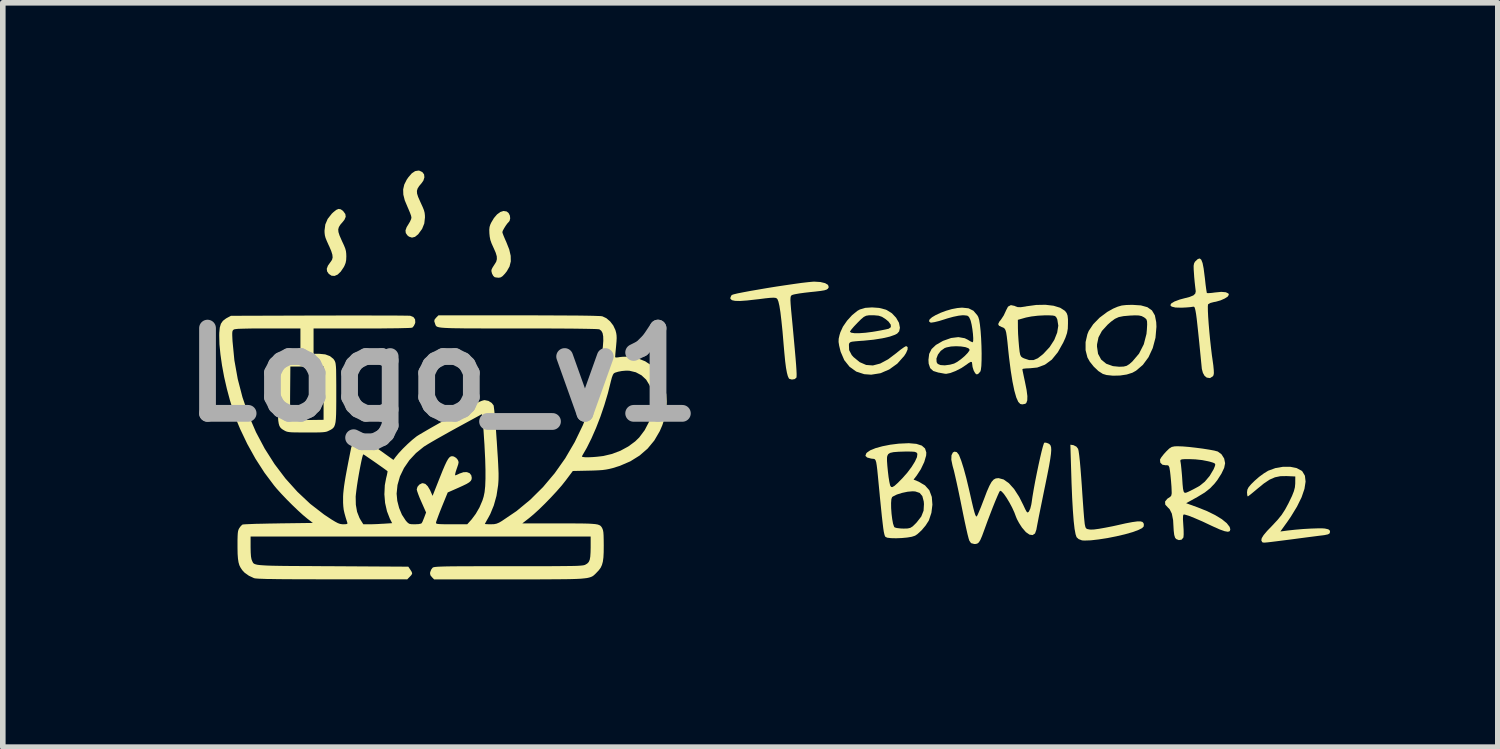
<source format=kicad_pcb>
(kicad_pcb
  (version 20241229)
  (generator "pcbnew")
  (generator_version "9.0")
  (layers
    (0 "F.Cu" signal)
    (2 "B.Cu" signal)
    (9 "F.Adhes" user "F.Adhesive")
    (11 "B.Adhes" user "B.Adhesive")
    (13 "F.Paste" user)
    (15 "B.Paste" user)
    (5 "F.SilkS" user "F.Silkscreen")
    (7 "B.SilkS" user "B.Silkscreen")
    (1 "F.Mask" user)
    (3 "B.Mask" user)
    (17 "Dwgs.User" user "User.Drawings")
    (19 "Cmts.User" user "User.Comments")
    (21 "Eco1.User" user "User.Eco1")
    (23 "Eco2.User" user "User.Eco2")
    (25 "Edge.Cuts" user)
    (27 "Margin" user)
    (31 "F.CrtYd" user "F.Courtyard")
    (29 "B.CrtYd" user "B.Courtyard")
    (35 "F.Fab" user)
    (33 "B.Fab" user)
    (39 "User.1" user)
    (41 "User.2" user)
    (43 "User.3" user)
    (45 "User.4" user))
  (footprint "Logo_v1"
    (layer "F.Cu")
    (at 4.87 3.652)
    (property "Reference" "Logo_v1" (at 0 0 0) (layer "F.Fab") (effects (font (size 1.524 1.524) (thickness 0.3))))
    (attr board_only exclude_from_pos_files exclude_from_bom)
    (fp_poly (pts (xy -0.421 -3.65) (xy -0.368 -3.625) (xy -0.337 -3.584) (xy -0.331 -3.531) (xy -0.349 -3.473) (xy -0.381 -3.427) (xy -0.425 -3.375) (xy -0.453 -3.33) (xy -0.465 -3.288) (xy -0.462 -3.24) (xy -0.443 -3.18) (xy -0.408 -3.101) (xy -0.395 -3.072) (xy -0.361 -2.998) (xy -0.339 -2.943) (xy -0.327 -2.897) (xy -0.322 -2.852) (xy -0.321 -2.814) (xy -0.333 -2.706) (xy -0.372 -2.609) (xy -0.44 -2.516) (xy -0.443 -2.512) (xy -0.499 -2.467) (xy -0.553 -2.453) (xy -0.606 -2.47) (xy -0.634 -2.492) (xy -0.664 -2.535) (xy -0.669 -2.582) (xy -0.649 -2.639) (xy -0.617 -2.691) (xy -0.588 -2.74) (xy -0.568 -2.786) (xy -0.563 -2.811) (xy -0.569 -2.843) (xy -0.587 -2.894) (xy -0.613 -2.956) (xy -0.632 -3) (xy -0.682 -3.119) (xy -0.708 -3.222) (xy -0.711 -3.315) (xy -0.691 -3.402) (xy -0.648 -3.488) (xy -0.617 -3.533) (xy -0.556 -3.603) (xy -0.497 -3.642) (xy -0.438 -3.652)) (stroke (width 0) (type solid)) (fill yes) (layer "F.SilkS"))
    (fp_poly (pts (xy -1.826 -2.959) (xy -1.785 -2.929) (xy -1.781 -2.924) (xy -1.745 -2.875) (xy -1.738 -2.826) (xy -1.76 -2.774) (xy -1.787 -2.739) (xy -1.832 -2.687) (xy -1.86 -2.643) (xy -1.872 -2.6) (xy -1.868 -2.552) (xy -1.849 -2.492) (xy -1.815 -2.414) (xy -1.802 -2.385) (xy -1.768 -2.312) (xy -1.746 -2.257) (xy -1.734 -2.212) (xy -1.729 -2.168) (xy -1.727 -2.118) (xy -1.73 -2.051) (xy -1.74 -2) (xy -1.76 -1.95) (xy -1.773 -1.925) (xy -1.827 -1.845) (xy -1.882 -1.792) (xy -1.938 -1.768) (xy -1.992 -1.772) (xy -2.041 -1.805) (xy -2.071 -1.849) (xy -2.077 -1.896) (xy -2.056 -1.952) (xy -2.009 -2.018) (xy -2.006 -2.021) (xy -1.982 -2.058) (xy -1.972 -2.099) (xy -1.977 -2.149) (xy -1.997 -2.213) (xy -2.033 -2.298) (xy -2.044 -2.32) (xy -2.077 -2.394) (xy -2.099 -2.449) (xy -2.111 -2.495) (xy -2.116 -2.539) (xy -2.117 -2.579) (xy -2.103 -2.688) (xy -2.061 -2.787) (xy -1.989 -2.879) (xy -1.963 -2.904) (xy -1.909 -2.948) (xy -1.866 -2.966)) (stroke (width 0) (type solid)) (fill yes) (layer "F.SilkS"))
    (fp_poly (pts (xy 11.275 1.258) (xy 11.328 1.285) (xy 11.358 1.324) (xy 11.367 1.362) (xy 11.378 1.44) (xy 11.39 1.55) (xy 11.402 1.687) (xy 11.414 1.842) (xy 11.424 1.979) (xy 11.435 2.146) (xy 11.446 2.302) (xy 11.456 2.44) (xy 11.465 2.553) (xy 11.473 2.633) (xy 11.477 2.67) (xy 11.49 2.728) (xy 11.513 2.756) (xy 11.561 2.766) (xy 11.587 2.768) (xy 11.642 2.766) (xy 11.731 2.754) (xy 11.844 2.734) (xy 11.972 2.709) (xy 12.045 2.693) (xy 12.205 2.657) (xy 12.326 2.634) (xy 12.413 2.622) (xy 12.473 2.621) (xy 12.509 2.631) (xy 12.528 2.653) (xy 12.534 2.676) (xy 12.531 2.712) (xy 12.502 2.742) (xy 12.44 2.773) (xy 12.333 2.813) (xy 12.196 2.852) (xy 12.042 2.888) (xy 11.881 2.92) (xy 11.725 2.944) (xy 11.585 2.96) (xy 11.471 2.964) (xy 11.428 2.961) (xy 11.368 2.938) (xy 11.331 2.904) (xy 11.313 2.851) (xy 11.295 2.754) (xy 11.279 2.613) (xy 11.265 2.429) (xy 11.252 2.204) (xy 11.241 1.938) (xy 11.236 1.776) (xy 11.22 1.25)) (stroke (width 0) (type solid)) (fill yes) (layer "F.SilkS"))
    (fp_poly (pts (xy 1.141 -2.92) (xy 1.174 -2.893) (xy 1.197 -2.848) (xy 1.203 -2.797) (xy 1.192 -2.752) (xy 1.177 -2.733) (xy 1.151 -2.705) (xy 1.121 -2.663) (xy 1.092 -2.616) (xy 1.07 -2.575) (xy 1.063 -2.55) (xy 1.069 -2.528) (xy 1.086 -2.483) (xy 1.111 -2.424) (xy 1.135 -2.37) (xy 1.186 -2.241) (xy 1.212 -2.128) (xy 1.214 -2.028) (xy 1.191 -1.936) (xy 1.142 -1.85) (xy 1.108 -1.807) (xy 1.067 -1.764) (xy 1.035 -1.743) (xy 1.002 -1.736) (xy 0.995 -1.736) (xy 0.954 -1.74) (xy 0.926 -1.745) (xy 0.9 -1.769) (xy 0.878 -1.81) (xy 0.867 -1.854) (xy 0.869 -1.879) (xy 0.884 -1.912) (xy 0.911 -1.955) (xy 0.924 -1.975) (xy 0.953 -2.022) (xy 0.965 -2.068) (xy 0.963 -2.119) (xy 0.944 -2.183) (xy 0.908 -2.266) (xy 0.903 -2.276) (xy 0.869 -2.352) (xy 0.848 -2.412) (xy 0.837 -2.469) (xy 0.831 -2.529) (xy 0.829 -2.595) (xy 0.834 -2.643) (xy 0.848 -2.688) (xy 0.865 -2.724) (xy 0.913 -2.804) (xy 0.968 -2.868) (xy 1.026 -2.911) (xy 1.082 -2.929) (xy 1.088 -2.929)) (stroke (width 0) (type solid)) (fill yes) (layer "F.SilkS"))
    (fp_poly (pts (xy 12.481 -1.241) (xy 12.597 -1.209) (xy 12.679 -1.151) (xy 12.731 -1.063) (xy 12.755 -0.942) (xy 12.759 -0.859) (xy 12.742 -0.662) (xy 12.693 -0.478) (xy 12.617 -0.314) (xy 12.516 -0.177) (xy 12.394 -0.073) (xy 12.329 -0.037) (xy 12.228 -0.005) (xy 12.107 0.013) (xy 11.981 0.016) (xy 11.867 0.004) (xy 11.8 -0.016) (xy 11.721 -0.067) (xy 11.639 -0.145) (xy 11.567 -0.235) (xy 11.525 -0.31) (xy 11.492 -0.44) (xy 11.492 -0.505) (xy 11.696 -0.505) (xy 11.715 -0.375) (xy 11.771 -0.272) (xy 11.861 -0.198) (xy 11.981 -0.155) (xy 12.093 -0.144) (xy 12.171 -0.147) (xy 12.225 -0.16) (xy 12.275 -0.191) (xy 12.329 -0.239) (xy 12.448 -0.379) (xy 12.533 -0.546) (xy 12.581 -0.732) (xy 12.588 -0.809) (xy 12.593 -0.899) (xy 12.591 -0.955) (xy 12.581 -0.989) (xy 12.559 -1.012) (xy 12.535 -1.029) (xy 12.494 -1.05) (xy 12.444 -1.061) (xy 12.373 -1.063) (xy 12.283 -1.059) (xy 12.169 -1.049) (xy 12.085 -1.032) (xy 12.017 -1.001) (xy 11.947 -0.95) (xy 11.886 -0.896) (xy 11.784 -0.784) (xy 11.723 -0.67) (xy 11.697 -0.545) (xy 11.696 -0.505) (xy 11.492 -0.505) (xy 11.492 -0.585) (xy 11.524 -0.725) (xy 11.548 -0.784) (xy 11.629 -0.905) (xy 11.743 -1.022) (xy 11.879 -1.124) (xy 11.986 -1.184) (xy 12.066 -1.218) (xy 12.138 -1.239) (xy 12.218 -1.248) (xy 12.327 -1.251) (xy 12.327 -1.251)) (stroke (width 0) (type solid)) (fill yes) (layer "F.SilkS"))
    (fp_poly (pts (xy 6.75 -1.659) (xy 6.834 -1.639) (xy 6.886 -1.608) (xy 6.899 -1.569) (xy 6.896 -1.56) (xy 6.884 -1.54) (xy 6.862 -1.524) (xy 6.822 -1.511) (xy 6.756 -1.5) (xy 6.656 -1.488) (xy 6.577 -1.48) (xy 6.471 -1.468) (xy 6.375 -1.455) (xy 6.302 -1.442) (xy 6.278 -1.437) (xy 6.253 -1.43) (xy 6.235 -1.422) (xy 6.222 -1.407) (xy 6.216 -1.38) (xy 6.214 -1.334) (xy 6.218 -1.263) (xy 6.226 -1.163) (xy 6.239 -1.027) (xy 6.252 -0.892) (xy 6.274 -0.653) (xy 6.292 -0.456) (xy 6.306 -0.297) (xy 6.316 -0.173) (xy 6.322 -0.08) (xy 6.325 -0.014) (xy 6.324 0.029) (xy 6.321 0.051) (xy 6.321 0.051) (xy 6.29 0.077) (xy 6.24 0.085) (xy 6.196 0.073) (xy 6.185 0.062) (xy 6.167 0.022) (xy 6.151 -0.039) (xy 6.135 -0.126) (xy 6.12 -0.243) (xy 6.105 -0.398) (xy 6.093 -0.535) (xy 6.073 -0.773) (xy 6.053 -0.967) (xy 6.035 -1.12) (xy 6.017 -1.233) (xy 5.999 -1.31) (xy 5.982 -1.352) (xy 5.981 -1.354) (xy 5.967 -1.368) (xy 5.946 -1.376) (xy 5.909 -1.379) (xy 5.85 -1.376) (xy 5.762 -1.367) (xy 5.637 -1.351) (xy 5.607 -1.348) (xy 5.44 -1.329) (xy 5.314 -1.32) (xy 5.225 -1.322) (xy 5.169 -1.334) (xy 5.142 -1.358) (xy 5.139 -1.374) (xy 5.155 -1.414) (xy 5.168 -1.428) (xy 5.2 -1.439) (xy 5.27 -1.456) (xy 5.372 -1.476) (xy 5.5 -1.5) (xy 5.646 -1.525) (xy 5.803 -1.552) (xy 5.965 -1.578) (xy 6.125 -1.602) (xy 6.276 -1.624) (xy 6.411 -1.643) (xy 6.524 -1.656) (xy 6.607 -1.664) (xy 6.639 -1.666)) (stroke (width 0) (type solid)) (fill yes) (layer "F.SilkS"))
    (fp_poly (pts (xy 15.152 1.645) (xy 15.266 1.668) (xy 15.354 1.715) (xy 15.368 1.727) (xy 15.414 1.805) (xy 15.426 1.91) (xy 15.406 2.039) (xy 15.355 2.189) (xy 15.273 2.356) (xy 15.162 2.538) (xy 15.103 2.624) (xy 14.975 2.802) (xy 15.109 2.784) (xy 15.239 2.77) (xy 15.378 2.758) (xy 15.515 2.75) (xy 15.636 2.746) (xy 15.73 2.746) (xy 15.771 2.749) (xy 15.833 2.763) (xy 15.859 2.785) (xy 15.863 2.808) (xy 15.856 2.835) (xy 15.827 2.853) (xy 15.766 2.866) (xy 15.737 2.87) (xy 15.67 2.878) (xy 15.57 2.891) (xy 15.445 2.907) (xy 15.308 2.925) (xy 15.219 2.937) (xy 15.047 2.959) (xy 14.914 2.976) (xy 14.817 2.988) (xy 14.748 2.996) (xy 14.703 3) (xy 14.676 3) (xy 14.661 2.998) (xy 14.653 2.994) (xy 14.649 2.99) (xy 14.634 2.96) (xy 14.642 2.921) (xy 14.675 2.867) (xy 14.738 2.792) (xy 14.825 2.702) (xy 14.923 2.597) (xy 14.998 2.505) (xy 15.06 2.409) (xy 15.122 2.294) (xy 15.128 2.281) (xy 15.183 2.167) (xy 15.217 2.081) (xy 15.235 2.011) (xy 15.241 1.944) (xy 15.241 1.937) (xy 15.242 1.818) (xy 15.087 1.811) (xy 14.975 1.813) (xy 14.878 1.833) (xy 14.782 1.875) (xy 14.679 1.944) (xy 14.569 2.034) (xy 14.496 2.095) (xy 14.437 2.143) (xy 14.4 2.171) (xy 14.392 2.175) (xy 14.383 2.155) (xy 14.379 2.106) (xy 14.379 2.099) (xy 14.385 2.054) (xy 14.407 2.01) (xy 14.453 1.956) (xy 14.515 1.895) (xy 14.595 1.825) (xy 14.681 1.762) (xy 14.753 1.718) (xy 14.758 1.715) (xy 14.887 1.668) (xy 15.022 1.645)) (stroke (width 0) (type solid)) (fill yes) (layer "F.SilkS"))
    (fp_poly (pts (xy 13.561 -2.057) (xy 13.584 -1.998) (xy 13.603 -1.901) (xy 13.621 -1.761) (xy 13.626 -1.722) (xy 13.637 -1.62) (xy 13.648 -1.536) (xy 13.657 -1.48) (xy 13.661 -1.462) (xy 13.687 -1.46) (xy 13.745 -1.464) (xy 13.805 -1.472) (xy 13.918 -1.483) (xy 14 -1.476) (xy 14.046 -1.454) (xy 14.054 -1.432) (xy 14.034 -1.399) (xy 13.98 -1.364) (xy 13.906 -1.331) (xy 13.822 -1.307) (xy 13.787 -1.301) (xy 13.725 -1.285) (xy 13.686 -1.263) (xy 13.681 -1.256) (xy 13.678 -1.218) (xy 13.679 -1.142) (xy 13.684 -1.037) (xy 13.693 -0.91) (xy 13.705 -0.769) (xy 13.719 -0.623) (xy 13.735 -0.479) (xy 13.751 -0.345) (xy 13.759 -0.291) (xy 13.776 -0.169) (xy 13.784 -0.084) (xy 13.786 -0.029) (xy 13.78 0.006) (xy 13.769 0.026) (xy 13.717 0.059) (xy 13.658 0.05) (xy 13.619 0.018) (xy 13.59 -0.034) (xy 13.571 -0.104) (xy 13.57 -0.114) (xy 13.545 -0.368) (xy 13.524 -0.581) (xy 13.506 -0.755) (xy 13.491 -0.894) (xy 13.479 -1.003) (xy 13.468 -1.085) (xy 13.458 -1.143) (xy 13.449 -1.182) (xy 13.441 -1.205) (xy 13.432 -1.216) (xy 13.421 -1.218) (xy 13.411 -1.217) (xy 13.364 -1.21) (xy 13.289 -1.204) (xy 13.208 -1.2) (xy 13.099 -1.203) (xy 13.032 -1.219) (xy 13.007 -1.244) (xy 13.023 -1.275) (xy 13.08 -1.31) (xy 13.176 -1.346) (xy 13.251 -1.366) (xy 13.354 -1.393) (xy 13.42 -1.42) (xy 13.453 -1.452) (xy 13.462 -1.493) (xy 13.458 -1.525) (xy 13.452 -1.575) (xy 13.443 -1.655) (xy 13.434 -1.752) (xy 13.432 -1.785) (xy 13.425 -1.885) (xy 13.424 -1.95) (xy 13.432 -1.992) (xy 13.448 -2.022) (xy 13.457 -2.031) (xy 13.499 -2.07) (xy 13.534 -2.08)) (stroke (width 0) (type solid)) (fill yes) (layer "F.SilkS"))
    (fp_poly (pts (xy 7.8 -1.196) (xy 7.913 -1.167) (xy 7.936 -1.158) (xy 8.029 -1.1) (xy 8.104 -1.02) (xy 8.155 -0.93) (xy 8.172 -0.842) (xy 8.171 -0.835) (xy 8.158 -0.776) (xy 8.123 -0.737) (xy 8.084 -0.716) (xy 7.991 -0.683) (xy 7.861 -0.653) (xy 7.702 -0.628) (xy 7.523 -0.61) (xy 7.474 -0.607) (xy 7.376 -0.599) (xy 7.314 -0.592) (xy 7.28 -0.58) (xy 7.265 -0.562) (xy 7.26 -0.539) (xy 7.264 -0.441) (xy 7.31 -0.353) (xy 7.342 -0.317) (xy 7.453 -0.226) (xy 7.568 -0.176) (xy 7.689 -0.167) (xy 7.819 -0.201) (xy 7.961 -0.277) (xy 8.117 -0.395) (xy 8.117 -0.396) (xy 8.186 -0.451) (xy 8.244 -0.492) (xy 8.28 -0.512) (xy 8.284 -0.513) (xy 8.31 -0.496) (xy 8.309 -0.452) (xy 8.281 -0.388) (xy 8.248 -0.337) (xy 8.125 -0.199) (xy 7.98 -0.095) (xy 7.823 -0.028) (xy 7.659 -0.002) (xy 7.534 -0.011) (xy 7.392 -0.057) (xy 7.272 -0.143) (xy 7.177 -0.262) (xy 7.113 -0.41) (xy 7.107 -0.432) (xy 7.085 -0.523) (xy 7.075 -0.588) (xy 7.077 -0.645) (xy 7.092 -0.711) (xy 7.107 -0.76) (xy 7.111 -0.769) (xy 7.279 -0.769) (xy 7.3 -0.753) (xy 7.359 -0.744) (xy 7.447 -0.744) (xy 7.557 -0.752) (xy 7.681 -0.768) (xy 7.736 -0.777) (xy 7.831 -0.794) (xy 7.911 -0.81) (xy 7.964 -0.822) (xy 7.972 -0.824) (xy 8.01 -0.852) (xy 8.008 -0.896) (xy 7.969 -0.951) (xy 7.918 -0.994) (xy 7.853 -1.036) (xy 7.792 -1.057) (xy 7.715 -1.064) (xy 7.685 -1.065) (xy 7.616 -1.064) (xy 7.568 -1.056) (xy 7.526 -1.035) (xy 7.477 -0.994) (xy 7.413 -0.93) (xy 7.351 -0.865) (xy 7.304 -0.81) (xy 7.28 -0.775) (xy 7.279 -0.769) (xy 7.111 -0.769) (xy 7.153 -0.861) (xy 7.227 -0.968) (xy 7.317 -1.067) (xy 7.412 -1.144) (xy 7.455 -1.168) (xy 7.552 -1.197) (xy 7.673 -1.205)) (stroke (width 0) (type solid)) (fill yes) (layer "F.SilkS"))
    (fp_poly (pts (xy 10.919 -1.235) (xy 11.037 -1.199) (xy 11.121 -1.145) (xy 11.126 -1.14) (xy 11.154 -1.103) (xy 11.17 -1.058) (xy 11.177 -0.993) (xy 11.177 -0.919) (xy 11.174 -0.824) (xy 11.16 -0.746) (xy 11.132 -0.664) (xy 11.094 -0.579) (xy 10.996 -0.404) (xy 10.888 -0.271) (xy 10.765 -0.181) (xy 10.628 -0.13) (xy 10.499 -0.117) (xy 10.427 -0.114) (xy 10.377 -0.108) (xy 10.362 -0.101) (xy 10.366 -0.072) (xy 10.379 -0.01) (xy 10.397 0.075) (xy 10.407 0.121) (xy 10.437 0.271) (xy 10.451 0.381) (xy 10.449 0.457) (xy 10.432 0.504) (xy 10.413 0.519) (xy 10.36 0.529) (xy 10.325 0.522) (xy 10.289 0.486) (xy 10.253 0.406) (xy 10.218 0.283) (xy 10.185 0.122) (xy 10.153 -0.078) (xy 10.123 -0.313) (xy 10.109 -0.443) (xy 10.095 -0.584) (xy 10.083 -0.686) (xy 10.072 -0.756) (xy 10.059 -0.801) (xy 10.043 -0.827) (xy 10.022 -0.843) (xy 9.993 -0.854) (xy 9.993 -0.854) (xy 9.943 -0.878) (xy 9.929 -0.907) (xy 9.95 -0.951) (xy 9.976 -0.983) (xy 10.281 -0.983) (xy 10.282 -0.834) (xy 10.285 -0.732) (xy 10.293 -0.612) (xy 10.302 -0.505) (xy 10.312 -0.414) (xy 10.323 -0.358) (xy 10.34 -0.325) (xy 10.367 -0.305) (xy 10.393 -0.293) (xy 10.483 -0.263) (xy 10.561 -0.263) (xy 10.638 -0.296) (xy 10.726 -0.365) (xy 10.738 -0.376) (xy 10.849 -0.495) (xy 10.932 -0.624) (xy 10.984 -0.754) (xy 11.004 -0.878) (xy 10.987 -0.987) (xy 10.979 -1.006) (xy 10.964 -1.034) (xy 10.942 -1.052) (xy 10.905 -1.06) (xy 10.841 -1.063) (xy 10.755 -1.063) (xy 10.64 -1.057) (xy 10.522 -1.043) (xy 10.426 -1.024) (xy 10.419 -1.022) (xy 10.281 -0.983) (xy 9.976 -0.983) (xy 9.982 -0.991) (xy 10.028 -1.061) (xy 10.065 -1.14) (xy 10.068 -1.148) (xy 10.105 -1.219) (xy 10.156 -1.246) (xy 10.223 -1.232) (xy 10.237 -1.225) (xy 10.279 -1.21) (xy 10.334 -1.209) (xy 10.417 -1.221) (xy 10.434 -1.225) (xy 10.61 -1.249) (xy 10.774 -1.252)) (stroke (width 0) (type solid)) (fill yes) (layer "F.SilkS"))
    (fp_poly (pts (xy 9.399 -1.189) (xy 9.487 -1.145) (xy 9.556 -1.064) (xy 9.573 -1.034) (xy 9.589 -0.982) (xy 9.603 -0.895) (xy 9.615 -0.782) (xy 9.624 -0.653) (xy 9.63 -0.516) (xy 9.633 -0.382) (xy 9.632 -0.26) (xy 9.628 -0.158) (xy 9.619 -0.086) (xy 9.61 -0.058) (xy 9.575 -0.019) (xy 9.547 -0.006) (xy 9.519 -0.026) (xy 9.491 -0.076) (xy 9.471 -0.14) (xy 9.464 -0.194) (xy 9.459 -0.227) (xy 9.439 -0.232) (xy 9.396 -0.207) (xy 9.363 -0.182) (xy 9.268 -0.119) (xy 9.168 -0.068) (xy 9.074 -0.032) (xy 8.998 -0.017) (xy 8.97 -0.02) (xy 8.933 -0.027) (xy 8.873 -0.038) (xy 8.859 -0.04) (xy 8.769 -0.068) (xy 8.713 -0.119) (xy 8.686 -0.2) (xy 8.682 -0.269) (xy 8.685 -0.291) (xy 8.825 -0.291) (xy 8.828 -0.227) (xy 8.848 -0.195) (xy 8.897 -0.174) (xy 8.975 -0.169) (xy 9.068 -0.181) (xy 9.141 -0.201) (xy 9.197 -0.231) (xy 9.264 -0.279) (xy 9.33 -0.335) (xy 9.384 -0.391) (xy 9.415 -0.435) (xy 9.418 -0.449) (xy 9.397 -0.475) (xy 9.342 -0.495) (xy 9.264 -0.507) (xy 9.175 -0.511) (xy 9.085 -0.506) (xy 9.006 -0.49) (xy 8.972 -0.478) (xy 8.902 -0.428) (xy 8.852 -0.362) (xy 8.825 -0.291) (xy 8.685 -0.291) (xy 8.695 -0.374) (xy 8.738 -0.46) (xy 8.816 -0.534) (xy 8.934 -0.602) (xy 8.946 -0.608) (xy 9.087 -0.658) (xy 9.217 -0.674) (xy 9.331 -0.654) (xy 9.384 -0.628) (xy 9.435 -0.597) (xy 9.47 -0.582) (xy 9.473 -0.582) (xy 9.482 -0.602) (xy 9.483 -0.656) (xy 9.478 -0.731) (xy 9.468 -0.815) (xy 9.454 -0.898) (xy 9.438 -0.965) (xy 9.429 -0.989) (xy 9.406 -1.036) (xy 9.376 -1.058) (xy 9.322 -1.064) (xy 9.291 -1.065) (xy 9.221 -1.057) (xy 9.124 -1.037) (xy 9.016 -1.007) (xy 8.97 -0.992) (xy 8.873 -0.962) (xy 8.791 -0.942) (xy 8.733 -0.933) (xy 8.717 -0.935) (xy 8.691 -0.958) (xy 8.703 -0.991) (xy 8.746 -1.029) (xy 8.814 -1.069) (xy 8.9 -1.109) (xy 8.997 -1.145) (xy 9.1 -1.175) (xy 9.2 -1.194) (xy 9.283 -1.201)) (stroke (width 0) (type solid)) (fill yes) (layer "F.SilkS"))
    (fp_poly (pts (xy 13.23 1.281) (xy 13.34 1.29) (xy 13.462 1.304) (xy 13.586 1.32) (xy 13.7 1.338) (xy 13.793 1.355) (xy 13.852 1.371) (xy 13.857 1.373) (xy 13.922 1.421) (xy 13.97 1.497) (xy 13.987 1.581) (xy 13.97 1.665) (xy 13.921 1.768) (xy 13.847 1.884) (xy 13.799 1.945) (xy 13.719 2.029) (xy 13.623 2.105) (xy 13.496 2.182) (xy 13.493 2.184) (xy 13.29 2.296) (xy 13.495 2.37) (xy 13.663 2.437) (xy 13.809 2.509) (xy 13.929 2.582) (xy 14.017 2.654) (xy 14.068 2.72) (xy 14.08 2.764) (xy 14.07 2.796) (xy 14.038 2.807) (xy 13.98 2.797) (xy 13.892 2.766) (xy 13.769 2.711) (xy 13.739 2.697) (xy 13.578 2.621) (xy 13.443 2.563) (xy 13.338 2.521) (xy 13.268 2.5) (xy 13.246 2.497) (xy 13.235 2.519) (xy 13.233 2.583) (xy 13.239 2.681) (xy 13.245 2.774) (xy 13.246 2.854) (xy 13.242 2.905) (xy 13.24 2.911) (xy 13.209 2.948) (xy 13.16 2.956) (xy 13.112 2.937) (xy 13.092 2.913) (xy 13.077 2.863) (xy 13.068 2.79) (xy 13.066 2.757) (xy 13.057 2.599) (xy 13.034 2.482) (xy 12.995 2.404) (xy 12.967 2.376) (xy 12.917 2.322) (xy 12.913 2.267) (xy 12.953 2.217) (xy 12.972 2.204) (xy 13.006 2.182) (xy 13.025 2.158) (xy 13.032 2.118) (xy 13.03 2.052) (xy 13.028 2.004) (xy 13.02 1.9) (xy 13.01 1.796) (xy 13.002 1.726) (xy 12.991 1.658) (xy 12.976 1.625) (xy 12.951 1.616) (xy 12.927 1.618) (xy 12.866 1.608) (xy 12.828 1.571) (xy 12.825 1.541) (xy 13.186 1.541) (xy 13.19 1.559) (xy 13.197 1.605) (xy 13.205 1.682) (xy 13.214 1.779) (xy 13.218 1.83) (xy 13.226 1.953) (xy 13.234 2.036) (xy 13.245 2.086) (xy 13.26 2.108) (xy 13.284 2.11) (xy 13.319 2.096) (xy 13.339 2.087) (xy 13.412 2.051) (xy 13.496 2.006) (xy 13.531 1.986) (xy 13.623 1.912) (xy 13.711 1.808) (xy 13.781 1.69) (xy 13.801 1.642) (xy 13.811 1.609) (xy 13.805 1.588) (xy 13.775 1.572) (xy 13.712 1.553) (xy 13.677 1.545) (xy 13.575 1.525) (xy 13.455 1.512) (xy 13.354 1.508) (xy 13.265 1.508) (xy 13.214 1.512) (xy 13.19 1.522) (xy 13.186 1.541) (xy 12.825 1.541) (xy 12.823 1.516) (xy 12.824 1.513) (xy 12.847 1.474) (xy 12.892 1.417) (xy 12.931 1.374) (xy 12.987 1.319) (xy 13.033 1.29) (xy 13.087 1.279) (xy 13.145 1.278)) (stroke (width 0) (type solid)) (fill yes) (layer "F.SilkS"))
    (fp_poly (pts (xy 10.824 1.227) (xy 10.848 1.242) (xy 10.865 1.263) (xy 10.875 1.295) (xy 10.878 1.343) (xy 10.873 1.413) (xy 10.86 1.507) (xy 10.839 1.631) (xy 10.808 1.789) (xy 10.768 1.986) (xy 10.752 2.063) (xy 10.718 2.231) (xy 10.686 2.388) (xy 10.658 2.526) (xy 10.636 2.64) (xy 10.62 2.723) (xy 10.612 2.768) (xy 10.612 2.769) (xy 10.588 2.837) (xy 10.545 2.866) (xy 10.489 2.858) (xy 10.424 2.813) (xy 10.355 2.732) (xy 10.348 2.722) (xy 10.301 2.648) (xy 10.265 2.581) (xy 10.249 2.543) (xy 10.219 2.463) (xy 10.178 2.373) (xy 10.129 2.282) (xy 10.079 2.199) (xy 10.031 2.13) (xy 9.991 2.086) (xy 9.964 2.073) (xy 9.961 2.075) (xy 9.944 2.105) (xy 9.915 2.17) (xy 9.876 2.262) (xy 9.831 2.374) (xy 9.784 2.496) (xy 9.736 2.622) (xy 9.692 2.743) (xy 9.681 2.773) (xy 9.641 2.882) (xy 9.61 2.954) (xy 9.583 2.997) (xy 9.554 3.019) (xy 9.519 3.026) (xy 9.502 3.026) (xy 9.444 3.01) (xy 9.414 2.968) (xy 9.401 2.928) (xy 9.381 2.851) (xy 9.357 2.745) (xy 9.329 2.617) (xy 9.3 2.476) (xy 9.296 2.456) (xy 9.252 2.238) (xy 9.215 2.06) (xy 9.184 1.917) (xy 9.158 1.802) (xy 9.137 1.712) (xy 9.117 1.64) (xy 9.111 1.616) (xy 9.091 1.518) (xy 9.094 1.439) (xy 9.119 1.389) (xy 9.148 1.374) (xy 9.189 1.383) (xy 9.224 1.427) (xy 9.232 1.443) (xy 9.269 1.538) (xy 9.312 1.674) (xy 9.358 1.843) (xy 9.406 2.043) (xy 9.42 2.104) (xy 9.455 2.259) (xy 9.482 2.373) (xy 9.503 2.453) (xy 9.519 2.503) (xy 9.532 2.528) (xy 9.542 2.534) (xy 9.545 2.533) (xy 9.56 2.508) (xy 9.586 2.448) (xy 9.622 2.362) (xy 9.662 2.257) (xy 9.674 2.227) (xy 9.727 2.087) (xy 9.772 1.985) (xy 9.81 1.916) (xy 9.847 1.874) (xy 9.886 1.853) (xy 9.932 1.848) (xy 9.937 1.848) (xy 10.027 1.872) (xy 10.121 1.939) (xy 10.215 2.044) (xy 10.305 2.184) (xy 10.377 2.327) (xy 10.414 2.406) (xy 10.438 2.449) (xy 10.456 2.463) (xy 10.472 2.452) (xy 10.48 2.442) (xy 10.503 2.393) (xy 10.521 2.321) (xy 10.526 2.293) (xy 10.542 2.182) (xy 10.564 2.051) (xy 10.59 1.909) (xy 10.619 1.763) (xy 10.649 1.619) (xy 10.678 1.487) (xy 10.705 1.372) (xy 10.728 1.284) (xy 10.746 1.228) (xy 10.754 1.214) (xy 10.782 1.213)) (stroke (width 0) (type solid)) (fill yes) (layer "F.SilkS"))
    (fp_poly (pts (xy 8.467 1.235) (xy 8.563 1.266) (xy 8.621 1.317) (xy 8.644 1.389) (xy 8.641 1.443) (xy 8.607 1.56) (xy 8.546 1.688) (xy 8.473 1.8) (xy 8.416 1.874) (xy 8.505 1.91) (xy 8.62 1.977) (xy 8.698 2.065) (xy 8.741 2.181) (xy 8.742 2.184) (xy 8.753 2.322) (xy 8.735 2.468) (xy 8.691 2.6) (xy 8.685 2.612) (xy 8.63 2.697) (xy 8.559 2.781) (xy 8.485 2.849) (xy 8.443 2.877) (xy 8.385 2.896) (xy 8.302 2.91) (xy 8.204 2.919) (xy 8.104 2.923) (xy 8.014 2.921) (xy 7.946 2.913) (xy 7.913 2.898) (xy 7.903 2.881) (xy 7.894 2.853) (xy 7.884 2.809) (xy 7.874 2.743) (xy 7.863 2.652) (xy 7.849 2.53) (xy 7.833 2.372) (xy 7.825 2.293) (xy 8.014 2.293) (xy 8.015 2.384) (xy 8.022 2.483) (xy 8.034 2.579) (xy 8.049 2.661) (xy 8.067 2.715) (xy 8.078 2.729) (xy 8.117 2.74) (xy 8.186 2.748) (xy 8.239 2.75) (xy 8.31 2.748) (xy 8.358 2.737) (xy 8.401 2.71) (xy 8.453 2.659) (xy 8.473 2.638) (xy 8.554 2.534) (xy 8.595 2.43) (xy 8.602 2.312) (xy 8.598 2.264) (xy 8.573 2.169) (xy 8.525 2.112) (xy 8.447 2.086) (xy 8.398 2.083) (xy 8.308 2.091) (xy 8.209 2.112) (xy 8.117 2.141) (xy 8.049 2.175) (xy 8.032 2.187) (xy 8.019 2.224) (xy 8.014 2.293) (xy 7.825 2.293) (xy 7.813 2.175) (xy 7.81 2.14) (xy 7.792 1.954) (xy 7.778 1.808) (xy 7.767 1.698) (xy 7.757 1.618) (xy 7.748 1.564) (xy 7.74 1.54) (xy 7.941 1.54) (xy 7.947 1.626) (xy 7.957 1.727) (xy 7.969 1.828) (xy 7.983 1.915) (xy 7.996 1.973) (xy 7.998 1.98) (xy 8.014 2.005) (xy 8.037 2.008) (xy 8.075 1.986) (xy 8.131 1.936) (xy 8.212 1.854) (xy 8.214 1.852) (xy 8.305 1.749) (xy 8.382 1.646) (xy 8.441 1.551) (xy 8.477 1.472) (xy 8.484 1.416) (xy 8.482 1.408) (xy 8.467 1.389) (xy 8.435 1.377) (xy 8.375 1.373) (xy 8.279 1.372) (xy 8.277 1.372) (xy 8.147 1.376) (xy 8.057 1.383) (xy 7.998 1.396) (xy 7.963 1.418) (xy 7.946 1.451) (xy 7.941 1.482) (xy 7.941 1.54) (xy 7.74 1.54) (xy 7.737 1.53) (xy 7.725 1.512) (xy 7.71 1.504) (xy 7.69 1.502) (xy 7.664 1.499) (xy 7.66 1.499) (xy 7.586 1.479) (xy 7.555 1.45) (xy 7.568 1.409) (xy 7.582 1.391) (xy 7.64 1.351) (xy 7.735 1.312) (xy 7.858 1.278) (xy 8 1.25) (xy 8.153 1.231) (xy 8.156 1.231) (xy 8.331 1.223)) (stroke (width 0) (type solid)) (fill yes) (layer "F.SilkS"))
    (fp_poly (pts (xy 1.355 -1.063) (xy 1.633 -1.063) (xy 1.879 -1.062) (xy 2.096 -1.061) (xy 2.284 -1.06) (xy 2.444 -1.059) (xy 2.577 -1.057) (xy 2.683 -1.055) (xy 2.763 -1.052) (xy 2.818 -1.05) (xy 2.849 -1.046) (xy 2.853 -1.045) (xy 2.923 -1.012) (xy 2.99 -0.955) (xy 3.046 -0.882) (xy 3.084 -0.801) (xy 3.087 -0.791) (xy 3.099 -0.746) (xy 3.105 -0.705) (xy 3.107 -0.657) (xy 3.104 -0.596) (xy 3.097 -0.515) (xy 3.09 -0.442) (xy 3.084 -0.379) (xy 3.081 -0.335) (xy 3.079 -0.316) (xy 3.094 -0.309) (xy 3.134 -0.312) (xy 3.154 -0.316) (xy 3.211 -0.322) (xy 3.281 -0.324) (xy 3.33 -0.322) (xy 3.481 -0.295) (xy 3.616 -0.242) (xy 3.733 -0.165) (xy 3.83 -0.066) (xy 3.907 0.054) (xy 3.962 0.193) (xy 3.994 0.349) (xy 4.001 0.481) (xy 3.994 0.629) (xy 3.968 0.766) (xy 3.923 0.903) (xy 3.877 1.009) (xy 3.78 1.175) (xy 3.66 1.32) (xy 3.517 1.444) (xy 3.352 1.547) (xy 3.164 1.628) (xy 3.033 1.669) (xy 2.971 1.684) (xy 2.913 1.695) (xy 2.852 1.703) (xy 2.78 1.708) (xy 2.689 1.712) (xy 2.603 1.714) (xy 2.323 1.72) (xy 2.197 1.888) (xy 2.125 1.979) (xy 2.034 2.083) (xy 1.933 2.192) (xy 1.826 2.302) (xy 1.721 2.405) (xy 1.622 2.495) (xy 1.543 2.561) (xy 1.42 2.657) (xy 2.079 2.657) (xy 2.248 2.657) (xy 2.389 2.658) (xy 2.504 2.659) (xy 2.597 2.661) (xy 2.669 2.665) (xy 2.725 2.67) (xy 2.766 2.677) (xy 2.795 2.687) (xy 2.816 2.699) (xy 2.831 2.715) (xy 2.844 2.734) (xy 2.852 2.751) (xy 2.862 2.777) (xy 2.869 2.815) (xy 2.873 2.871) (xy 2.875 2.948) (xy 2.876 3.052) (xy 2.875 3.173) (xy 2.87 3.267) (xy 2.86 3.341) (xy 2.844 3.4) (xy 2.821 3.45) (xy 2.788 3.495) (xy 2.75 3.535) (xy 2.73 3.556) (xy 2.711 3.574) (xy 2.693 3.59) (xy 2.672 3.604) (xy 2.648 3.615) (xy 2.617 3.625) (xy 2.578 3.634) (xy 2.529 3.64) (xy 2.468 3.646) (xy 2.393 3.65) (xy 2.301 3.653) (xy 2.192 3.655) (xy 2.062 3.656) (xy 1.91 3.657) (xy 1.734 3.658) (xy 1.531 3.658) (xy 1.301 3.658) (xy 1.177 3.658) (xy -0.158 3.658) (xy -0.197 3.618) (xy -0.224 3.584) (xy -0.23 3.548) (xy -0.227 3.528) (xy -0.21 3.484) (xy -0.185 3.45) (xy -0.177 3.446) (xy -0.167 3.441) (xy -0.151 3.438) (xy -0.127 3.435) (xy -0.093 3.432) (xy -0.048 3.43) (xy 0.01 3.428) (xy 0.084 3.426) (xy 0.176 3.425) (xy 0.287 3.424) (xy 0.42 3.424) (xy 0.577 3.423) (xy 0.759 3.423) (xy 0.968 3.423) (xy 1.168 3.423) (xy 1.403 3.423) (xy 1.61 3.423) (xy 1.789 3.423) (xy 1.943 3.422) (xy 2.074 3.421) (xy 2.184 3.42) (xy 2.274 3.419) (xy 2.347 3.418) (xy 2.406 3.416) (xy 2.451 3.413) (xy 2.485 3.41) (xy 2.509 3.407) (xy 2.527 3.403) (xy 2.54 3.399) (xy 2.542 3.398) (xy 2.58 3.376) (xy 2.607 3.348) (xy 2.625 3.308) (xy 2.635 3.252) (xy 2.64 3.175) (xy 2.642 3.088) (xy 2.642 2.892) (xy -3.439 2.892) (xy -3.439 3.081) (xy -3.437 3.178) (xy -3.432 3.249) (xy -3.423 3.298) (xy -3.415 3.319) (xy -3.408 3.336) (xy -3.401 3.35) (xy -3.394 3.363) (xy -3.383 3.374) (xy -3.367 3.383) (xy -3.343 3.391) (xy -3.311 3.398) (xy -3.268 3.403) (xy -3.212 3.407) (xy -3.141 3.411) (xy -3.053 3.414) (xy -2.946 3.416) (xy -2.819 3.418) (xy -2.669 3.419) (xy -2.494 3.42) (xy -2.292 3.421) (xy -2.062 3.423) (xy -1.97 3.423) (xy -0.619 3.431) (xy -0.583 3.484) (xy -0.557 3.526) (xy -0.55 3.555) (xy -0.564 3.581) (xy -0.593 3.612) (xy -0.638 3.658) (xy -1.98 3.657) (xy -2.227 3.657) (xy -2.445 3.656) (xy -2.635 3.656) (xy -2.799 3.655) (xy -2.938 3.654) (xy -3.055 3.652) (xy -3.151 3.651) (xy -3.228 3.648) (xy -3.287 3.646) (xy -3.33 3.643) (xy -3.36 3.64) (xy -3.377 3.636) (xy -3.378 3.636) (xy -3.47 3.593) (xy -3.547 3.538) (xy -3.587 3.495) (xy -3.617 3.451) (xy -3.64 3.405) (xy -3.655 3.352) (xy -3.665 3.286) (xy -3.671 3.202) (xy -3.673 3.094) (xy -3.673 3.052) (xy -3.673 2.954) (xy -3.671 2.883) (xy -3.668 2.832) (xy -3.663 2.796) (xy -3.655 2.769) (xy -3.644 2.747) (xy -3.642 2.743) (xy -3.614 2.705) (xy -3.587 2.68) (xy -3.583 2.678) (xy -3.562 2.675) (xy -3.513 2.672) (xy -3.44 2.669) (xy -3.346 2.665) (xy -3.235 2.663) (xy -3.111 2.66) (xy -2.976 2.658) (xy -2.94 2.657) (xy -2.325 2.649) (xy -2.425 2.572) (xy -2.503 2.507) (xy -2.595 2.423) (xy -2.694 2.328) (xy -2.794 2.228) (xy -2.889 2.128) (xy -2.973 2.035) (xy -3.021 1.977) (xy -3.191 1.75) (xy -3.352 1.5) (xy -3.498 1.237) (xy -3.626 0.969) (xy -3.681 0.837) (xy -3.748 0.652) (xy -3.809 0.453) (xy -3.864 0.247) (xy -3.912 0.038) (xy -3.95 -0.168) (xy -3.978 -0.364) (xy -3.996 -0.545) (xy -4 -0.706) (xy -3.999 -0.752) (xy -3.99 -0.844) (xy -3.97 -0.913) (xy -3.934 -0.965) (xy -3.879 -1.007) (xy -3.856 -1.02) (xy -3.79 -1.055) (xy -2.212 -1.06) (xy -1.991 -1.06) (xy -1.779 -1.061) (xy -1.577 -1.061) (xy -1.387 -1.061) (xy -1.212 -1.06) (xy -1.054 -1.06) (xy -0.915 -1.06) (xy -0.798 -1.059) (xy -0.703 -1.058) (xy -0.634 -1.057) (xy -0.593 -1.056) (xy -0.582 -1.055) (xy -0.528 -1.033) (xy -0.498 -0.992) (xy -0.494 -0.937) (xy -0.5 -0.915) (xy -0.52 -0.874) (xy -0.544 -0.846) (xy -0.547 -0.844) (xy -0.57 -0.84) (xy -0.622 -0.837) (xy -0.703 -0.835) (xy -0.811 -0.832) (xy -0.945 -0.831) (xy -1.103 -0.829) (xy -1.285 -0.829) (xy -1.445 -0.828) (xy -2.313 -0.828) (xy -2.313 -0.375) (xy -2.207 -0.375) (xy -2.104 -0.365) (xy -2.02 -0.334) (xy -1.959 -0.285) (xy -1.935 -0.25) (xy -1.928 -0.233) (xy -1.921 -0.212) (xy -1.917 -0.185) (xy -1.913 -0.146) (xy -1.91 -0.094) (xy -1.909 -0.024) (xy -1.908 0.066) (xy -1.907 0.181) (xy -1.907 0.324) (xy -1.907 0.328) (xy -1.907 0.481) (xy -1.908 0.607) (xy -1.91 0.707) (xy -1.914 0.786) (xy -1.92 0.846) (xy -1.93 0.891) (xy -1.943 0.925) (xy -1.96 0.949) (xy -1.982 0.968) (xy -2.01 0.985) (xy -2.033 0.996) (xy -2.057 1.008) (xy -2.081 1.017) (xy -2.111 1.023) (xy -2.15 1.027) (xy -2.203 1.03) (xy -2.276 1.031) (xy -2.373 1.031) (xy -2.438 1.031) (xy -2.549 1.031) (xy -2.634 1.03) (xy -2.697 1.029) (xy -2.743 1.025) (xy -2.776 1.02) (xy -2.801 1.013) (xy -2.823 1.003) (xy -2.835 0.996) (xy -2.866 0.978) (xy -2.89 0.96) (xy -2.91 0.938) (xy -2.925 0.91) (xy -2.936 0.872) (xy -2.944 0.821) (xy -2.949 0.754) (xy -2.952 0.667) (xy -2.954 0.557) (xy -2.954 0.538) (xy -2.733 0.538) (xy -2.732 0.632) (xy -2.732 0.708) (xy -2.73 0.763) (xy -2.729 0.791) (xy -2.728 0.793) (xy -2.718 0.801) (xy -2.693 0.806) (xy -2.649 0.809) (xy -2.582 0.81) (xy -2.489 0.81) (xy -2.427 0.809) (xy -2.134 0.805) (xy -2.134 -0.148) (xy -2.728 -0.148) (xy -2.732 0.312) (xy -2.733 0.43) (xy -2.733 0.538) (xy -2.954 0.538) (xy -2.954 0.42) (xy -2.954 0.328) (xy -2.954 0.185) (xy -2.954 0.069) (xy -2.953 -0.022) (xy -2.951 -0.092) (xy -2.948 -0.145) (xy -2.945 -0.184) (xy -2.94 -0.212) (xy -2.934 -0.233) (xy -2.926 -0.25) (xy -2.926 -0.25) (xy -2.878 -0.309) (xy -2.806 -0.35) (xy -2.713 -0.372) (xy -2.654 -0.375) (xy -2.548 -0.375) (xy -2.548 -0.828) (xy -3.131 -0.828) (xy -3.288 -0.828) (xy -3.417 -0.828) (xy -3.52 -0.826) (xy -3.599 -0.824) (xy -3.659 -0.822) (xy -3.7 -0.818) (xy -3.727 -0.814) (xy -3.742 -0.808) (xy -3.743 -0.807) (xy -3.755 -0.796) (xy -3.763 -0.779) (xy -3.767 -0.75) (xy -3.767 -0.705) (xy -3.764 -0.636) (xy -3.762 -0.6) (xy -3.729 -0.26) (xy -3.669 0.075) (xy -3.584 0.402) (xy -3.475 0.72) (xy -3.342 1.027) (xy -3.187 1.319) (xy -3.011 1.596) (xy -2.816 1.854) (xy -2.602 2.092) (xy -2.372 2.308) (xy -2.125 2.499) (xy -1.994 2.586) (xy -1.928 2.626) (xy -1.879 2.652) (xy -1.84 2.666) (xy -1.803 2.672) (xy -1.778 2.673) (xy -1.732 2.671) (xy -1.711 2.665) (xy -1.707 2.652) (xy -1.709 2.646) (xy -1.739 2.551) (xy -1.76 2.476) (xy -1.774 2.414) (xy -1.781 2.354) (xy -1.785 2.289) (xy -1.785 2.227) (xy -1.785 2.178) (xy -1.56 2.178) (xy -1.557 2.324) (xy -1.535 2.45) (xy -1.492 2.56) (xy -1.468 2.602) (xy -1.423 2.673) (xy -1.317 2.673) (xy -1.252 2.672) (xy -1.17 2.669) (xy -1.086 2.664) (xy -1.06 2.663) (xy -0.908 2.653) (xy -0.948 2.575) (xy -1 2.441) (xy -1.034 2.291) (xy -1.047 2.132) (xy -1.046 2.126) (xy -0.828 2.126) (xy -0.816 2.254) (xy -0.783 2.382) (xy -0.733 2.502) (xy -0.667 2.603) (xy -0.655 2.618) (xy -0.627 2.647) (xy -0.602 2.664) (xy -0.57 2.671) (xy -0.519 2.673) (xy -0.5 2.673) (xy -0.435 2.67) (xy -0.392 2.661) (xy -0.38 2.653) (xy -0.366 2.629) (xy -0.348 2.585) (xy -0.333 2.548) (xy -0.301 2.462) (xy -0.384 2.274) (xy -0.416 2.201) (xy -0.442 2.134) (xy -0.46 2.082) (xy -0.468 2.051) (xy -0.468 2.049) (xy -0.455 2.003) (xy -0.422 1.964) (xy -0.378 1.941) (xy -0.36 1.938) (xy -0.314 1.951) (xy -0.272 1.992) (xy -0.23 2.062) (xy -0.219 2.087) (xy -0.185 2.165) (xy -0.055 1.837) (xy -0.007 1.717) (xy 0.033 1.623) (xy 0.066 1.553) (xy 0.094 1.504) (xy 0.119 1.474) (xy 0.144 1.458) (xy 0.17 1.456) (xy 0.198 1.462) (xy 0.199 1.463) (xy 0.238 1.487) (xy 0.265 1.52) (xy 0.276 1.544) (xy 0.28 1.567) (xy 0.274 1.599) (xy 0.258 1.648) (xy 0.247 1.68) (xy 0.229 1.734) (xy 0.219 1.775) (xy 0.218 1.796) (xy 0.22 1.798) (xy 0.243 1.791) (xy 0.281 1.774) (xy 0.297 1.766) (xy 0.367 1.742) (xy 0.428 1.74) (xy 0.477 1.759) (xy 0.507 1.797) (xy 0.516 1.842) (xy 0.512 1.871) (xy 0.498 1.897) (xy 0.47 1.923) (xy 0.424 1.951) (xy 0.356 1.984) (xy 0.27 2.023) (xy 0.086 2.104) (xy -0.019 2.361) (xy -0.053 2.446) (xy -0.082 2.522) (xy -0.105 2.585) (xy -0.12 2.628) (xy -0.124 2.646) (xy -0.122 2.655) (xy -0.113 2.662) (xy -0.092 2.667) (xy -0.055 2.67) (xy 0.002 2.672) (xy 0.083 2.673) (xy 0.155 2.673) (xy 0.435 2.673) (xy 0.514 2.585) (xy 0.587 2.487) (xy 0.654 2.371) (xy 0.707 2.247) (xy 0.728 2.18) (xy 0.745 2.098) (xy 0.756 1.992) (xy 0.761 1.859) (xy 0.761 1.699) (xy 0.756 1.512) (xy 0.745 1.295) (xy 0.743 1.251) (xy 0.735 1.134) (xy 0.728 1.024) (xy 0.721 0.927) (xy 0.715 0.847) (xy 0.71 0.789) (xy 0.706 0.757) (xy 0.705 0.755) (xy 0.696 0.704) (xy 0.235 0.955) (xy 0.119 1.019) (xy 0.007 1.082) (xy -0.098 1.141) (xy -0.19 1.194) (xy -0.266 1.239) (xy -0.321 1.273) (xy -0.34 1.285) (xy -0.48 1.398) (xy -0.6 1.527) (xy -0.696 1.667) (xy -0.768 1.816) (xy -0.812 1.97) (xy -0.828 2.125) (xy -0.828 2.126) (xy -1.046 2.126) (xy -1.039 1.974) (xy -1.016 1.852) (xy -1.002 1.795) (xy -0.993 1.75) (xy -0.99 1.727) (xy -0.99 1.724) (xy -1.008 1.71) (xy -1.045 1.683) (xy -1.097 1.646) (xy -1.158 1.603) (xy -1.222 1.558) (xy -1.286 1.514) (xy -1.343 1.475) (xy -1.388 1.444) (xy -1.416 1.426) (xy -1.423 1.422) (xy -1.431 1.437) (xy -1.443 1.478) (xy -1.457 1.539) (xy -1.473 1.617) (xy -1.49 1.705) (xy -1.507 1.8) (xy -1.523 1.895) (xy -1.537 1.986) (xy -1.548 2.069) (xy -1.556 2.137) (xy -1.56 2.178) (xy -1.785 2.178) (xy -1.785 2.176) (xy -1.782 2.122) (xy -1.776 2.063) (xy -1.768 1.995) (xy -1.756 1.915) (xy -1.74 1.819) (xy -1.719 1.705) (xy -1.693 1.569) (xy -1.661 1.407) (xy -1.64 1.303) (xy -1.613 1.223) (xy -1.571 1.17) (xy -1.513 1.144) (xy -1.481 1.141) (xy -1.457 1.143) (xy -1.431 1.15) (xy -1.399 1.165) (xy -1.357 1.189) (xy -1.301 1.226) (xy -1.228 1.277) (xy -1.152 1.331) (xy -0.885 1.522) (xy -0.845 1.468) (xy -0.788 1.398) (xy -0.714 1.319) (xy -0.632 1.239) (xy -0.551 1.166) (xy -0.478 1.107) (xy -0.463 1.096) (xy -0.423 1.071) (xy -0.36 1.034) (xy -0.278 0.986) (xy -0.179 0.929) (xy -0.069 0.867) (xy 0.049 0.802) (xy 0.168 0.737) (xy 0.307 0.661) (xy 0.422 0.599) (xy 0.514 0.551) (xy 0.588 0.513) (xy 0.645 0.486) (xy 0.688 0.468) (xy 0.719 0.458) (xy 0.742 0.453) (xy 0.748 0.453) (xy 0.815 0.467) (xy 0.873 0.504) (xy 0.906 0.546) (xy 0.91 0.568) (xy 0.916 0.617) (xy 0.924 0.69) (xy 0.932 0.784) (xy 0.941 0.895) (xy 0.951 1.019) (xy 0.96 1.153) (xy 0.963 1.19) (xy 0.973 1.351) (xy 0.982 1.485) (xy 0.988 1.595) (xy 0.992 1.686) (xy 0.995 1.761) (xy 0.995 1.823) (xy 0.994 1.878) (xy 0.991 1.928) (xy 0.987 1.977) (xy 0.986 1.982) (xy 0.958 2.164) (xy 0.91 2.336) (xy 0.847 2.49) (xy 0.813 2.553) (xy 0.784 2.604) (xy 0.762 2.644) (xy 0.751 2.665) (xy 0.75 2.667) (xy 0.765 2.67) (xy 0.802 2.672) (xy 0.854 2.673) (xy 0.914 2.671) (xy 0.959 2.662) (xy 1.005 2.643) (xy 1.053 2.615) (xy 1.316 2.437) (xy 1.562 2.234) (xy 1.79 2.008) (xy 1.999 1.76) (xy 2.189 1.491) (xy 2.206 1.461) (xy 2.485 1.461) (xy 2.5 1.469) (xy 2.539 1.474) (xy 2.598 1.475) (xy 2.67 1.472) (xy 2.749 1.466) (xy 2.828 1.457) (xy 2.868 1.452) (xy 3.024 1.415) (xy 3.176 1.357) (xy 3.316 1.281) (xy 3.438 1.191) (xy 3.51 1.121) (xy 3.608 0.99) (xy 3.682 0.848) (xy 3.731 0.7) (xy 3.755 0.549) (xy 3.752 0.4) (xy 3.722 0.258) (xy 3.694 0.185) (xy 3.634 0.086) (xy 3.551 0.009) (xy 3.45 -0.045) (xy 3.333 -0.073) (xy 3.333 -0.073) (xy 3.271 -0.074) (xy 3.201 -0.068) (xy 3.133 -0.055) (xy 3.078 -0.038) (xy 3.057 -0.026) (xy 3.04 -0.001) (xy 3.021 0.049) (xy 3.003 0.117) (xy 3.001 0.126) (xy 2.95 0.33) (xy 2.887 0.541) (xy 2.816 0.75) (xy 2.738 0.951) (xy 2.656 1.138) (xy 2.574 1.303) (xy 2.541 1.361) (xy 2.513 1.409) (xy 2.493 1.444) (xy 2.485 1.461) (xy 2.485 1.461) (xy 2.206 1.461) (xy 2.357 1.203) (xy 2.504 0.898) (xy 2.628 0.577) (xy 2.729 0.242) (xy 2.805 -0.106) (xy 2.856 -0.465) (xy 2.86 -0.502) (xy 2.868 -0.608) (xy 2.866 -0.688) (xy 2.855 -0.746) (xy 2.833 -0.786) (xy 2.8 -0.812) (xy 2.782 -0.815) (xy 2.738 -0.818) (xy 2.669 -0.82) (xy 2.573 -0.822) (xy 2.451 -0.824) (xy 2.3 -0.826) (xy 2.122 -0.827) (xy 1.914 -0.828) (xy 1.677 -0.829) (xy 1.409 -0.829) (xy 1.349 -0.829) (xy 1.103 -0.829) (xy 0.886 -0.829) (xy 0.696 -0.829) (xy 0.533 -0.83) (xy 0.392 -0.83) (xy 0.274 -0.832) (xy 0.175 -0.833) (xy 0.094 -0.836) (xy 0.03 -0.839) (xy -0.021 -0.843) (xy -0.059 -0.848) (xy -0.087 -0.854) (xy -0.106 -0.861) (xy -0.119 -0.87) (xy -0.127 -0.88) (xy -0.133 -0.891) (xy -0.137 -0.905) (xy -0.14 -0.913) (xy -0.154 -0.955) (xy -0.151 -0.984) (xy -0.129 -1.013) (xy -0.118 -1.025) (xy -0.08 -1.063)) (stroke (width 0) (type solid)) (fill yes) (layer "F.SilkS")))
  (gr_rect
    (start -3 -3)
    (end 23.733 10.31)
    (stroke (width 0.1) (type default))
    (fill no)
    (layer "Edge.Cuts")))
</source>
